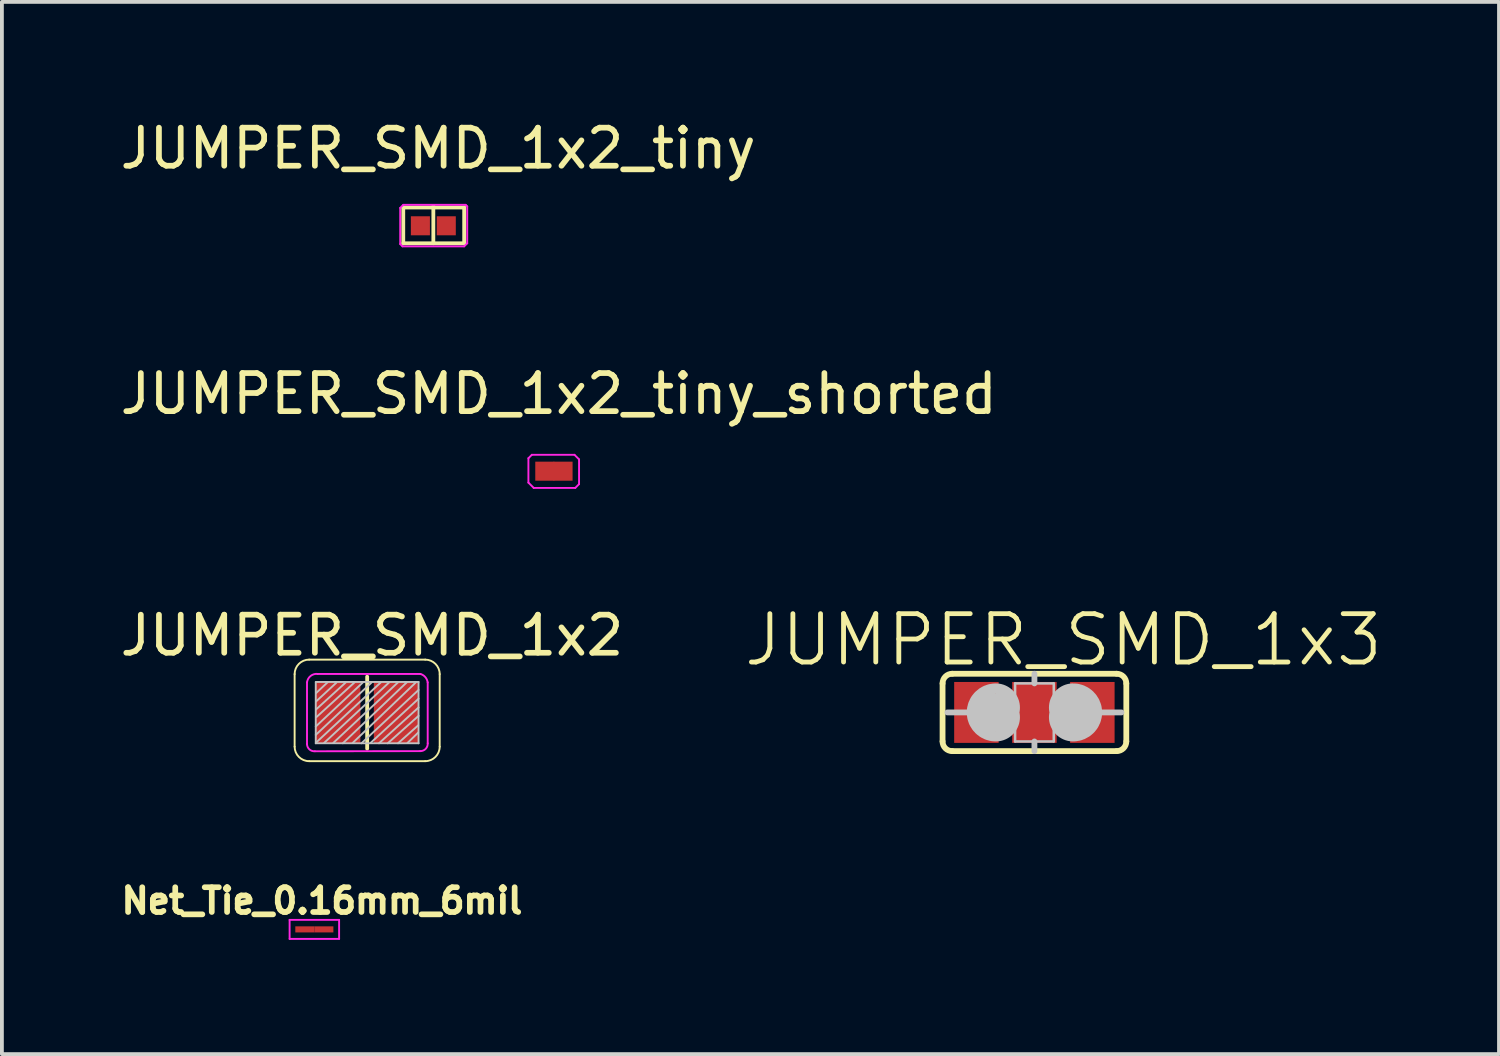
<source format=kicad_pcb>
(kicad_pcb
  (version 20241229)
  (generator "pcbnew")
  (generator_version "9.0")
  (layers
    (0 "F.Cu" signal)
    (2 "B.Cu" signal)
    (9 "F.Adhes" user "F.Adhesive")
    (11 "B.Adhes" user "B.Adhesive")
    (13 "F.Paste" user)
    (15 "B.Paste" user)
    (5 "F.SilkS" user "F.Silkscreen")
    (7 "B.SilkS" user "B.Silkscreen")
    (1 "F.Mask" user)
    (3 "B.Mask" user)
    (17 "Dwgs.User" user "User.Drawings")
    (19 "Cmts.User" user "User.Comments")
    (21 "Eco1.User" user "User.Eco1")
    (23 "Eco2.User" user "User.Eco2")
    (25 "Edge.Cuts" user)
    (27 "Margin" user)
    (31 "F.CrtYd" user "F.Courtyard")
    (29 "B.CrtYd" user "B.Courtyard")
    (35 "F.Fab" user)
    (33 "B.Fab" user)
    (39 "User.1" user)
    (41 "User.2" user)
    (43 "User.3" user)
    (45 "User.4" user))
  (footprint "JUMPER_SMD_1x2_tiny_shorted"
    (layer "F.Cu")
    (at 11.498 9.325)
    (property "Reference" "JUMPER_SMD_1x2_tiny_shorted" (at 0.127 -2.032 180) (layer "F.SilkS") (effects (font (size 1 1) (thickness 0.15))))
    (attr exclude_from_pos_files exclude_from_bom)
    (fp_line (start -0.67 -0.34) (end -0.58 -0.43) (stroke (width 0.05) (type solid)) (layer "F.CrtYd"))
    (fp_line (start -0.67 0.3) (end -0.67 -0.34) (stroke (width 0.05) (type solid)) (layer "F.CrtYd"))
    (fp_line (start -0.58 -0.43) (end 0.54 -0.43) (stroke (width 0.05) (type solid)) (layer "F.CrtYd"))
    (fp_line (start -0.53 0.44) (end -0.67 0.3) (stroke (width 0.05) (type solid)) (layer "F.CrtYd"))
    (fp_line (start 0.54 -0.43) (end 0.66 -0.31) (stroke (width 0.05) (type solid)) (layer "F.CrtYd"))
    (fp_line (start 0.56 0.44) (end -0.53 0.44) (stroke (width 0.05) (type solid)) (layer "F.CrtYd"))
    (fp_line (start 0.66 -0.31) (end 0.66 0.34) (stroke (width 0.05) (type solid)) (layer "F.CrtYd"))
    (fp_line (start 0.66 0.34) (end 0.56 0.44) (stroke (width 0.05) (type solid)) (layer "F.CrtYd"))
    (pad "1" smd rect (at -0.24 0) (size 0.5 0.5) (layers "F.Cu" "F.Mask" "F.Paste"))
    (pad "2" smd rect (at 0.24 0) (size 0.5 0.5) (layers "F.Cu" "F.Mask" "F.Paste")))
  (footprint "JUMPER_SMD_1x3"
    (layer "F.Cu")
    (at 24.118 15.661)
    (property "Reference" "JUMPER_SMD_1x3" (at 0.762 -1.905 0) (layer "F.SilkS") (effects (font (size 1.27 1.27) (thickness 0.127))))
    (attr smd)
    (fp_line (start -2.413 0.762) (end -2.413 -0.762) (stroke (width 0.152) (type solid)) (layer "F.SilkS"))
    (fp_line (start -2.159 -1.016) (end 2.159 -1.016) (stroke (width 0.152) (type solid)) (layer "F.SilkS"))
    (fp_line (start 2.159 1.016) (end -2.159 1.016) (stroke (width 0.152) (type solid)) (layer "F.SilkS"))
    (fp_line (start 2.413 0.762) (end 2.413 -0.762) (stroke (width 0.152) (type solid)) (layer "F.SilkS"))
    (fp_arc (start -2.413 -0.762) (mid -2.338605 -0.941605) (end -2.159 -1.016) (stroke (width 0.1524) (type solid)) (layer "F.SilkS"))
    (fp_arc (start -2.159 1.016) (mid -2.338605 0.941605) (end -2.413 0.762) (stroke (width 0.1524) (type solid)) (layer "F.SilkS"))
    (fp_arc (start 2.159 -1.016) (mid 2.338605 -0.941605) (end 2.413 -0.762) (stroke (width 0.1524) (type solid)) (layer "F.SilkS"))
    (fp_arc (start 2.413 0.762) (mid 2.338605 0.941605) (end 2.159 1.016) (stroke (width 0.1524) (type solid)) (layer "F.SilkS"))
    (fp_line (start -1.778 0) (end -2.286 0) (stroke (width 0.152) (type solid)) (layer "Dwgs.User"))
    (fp_line (start -0.508 -0.762) (end 0.508 -0.762) (stroke (width 0.066) (type solid)) (layer "Dwgs.User"))
    (fp_line (start -0.508 0.762) (end -0.508 -0.762) (stroke (width 0.066) (type solid)) (layer "Dwgs.User"))
    (fp_line (start -0.508 0.762) (end 0.508 0.762) (stroke (width 0.066) (type solid)) (layer "Dwgs.User"))
    (fp_line (start 0 -0.762) (end 0 -1.016) (stroke (width 0.152) (type solid)) (layer "Dwgs.User"))
    (fp_line (start 0 1.016) (end 0 0.762) (stroke (width 0.152) (type solid)) (layer "Dwgs.User"))
    (fp_line (start 0.508 0.762) (end 0.508 -0.762) (stroke (width 0.066) (type solid)) (layer "Dwgs.User"))
    (fp_line (start 1.778 0) (end 2.286 0) (stroke (width 0.152) (type solid)) (layer "Dwgs.User"))
    (fp_arc (start -1.016 0.127) (mid -1.143 0) (end -1.016 -0.127) (stroke (width 1.27) (type solid)) (layer "Dwgs.User"))
    (fp_arc (start 1.016 -0.127) (mid 1.143 0) (end 1.016 0.127) (stroke (width 1.27) (type solid)) (layer "Dwgs.User"))
    (pad "1" smd rect (at -1.524 0) (size 1.168 1.6) (layers "F.Cu" "F.Mask" "F.Paste"))
    (pad "2" smd rect (at 0 0) (size 1.168 1.6) (layers "F.Cu" "F.Mask" "F.Paste"))
    (pad "3" smd rect (at 1.521 0) (size 1.168 1.6) (layers "F.Cu" "F.Mask" "F.Paste")))
  (footprint "JUMPER_SMD_1x2_tiny"
    (layer "F.Cu")
    (at 8.331 2.88)
    (property "Reference" "JUMPER_SMD_1x2_tiny" (at 0.127 -2.032 180) (layer "F.SilkS") (effects (font (size 1 1) (thickness 0.15))))
    (attr exclude_from_pos_files exclude_from_bom)
    (fp_line (start -0.79 -0.48) (end 0.81 -0.48) (stroke (width 0.1) (type solid)) (layer "F.SilkS"))
    (fp_line (start -0.79 0.46) (end -0.79 -0.48) (stroke (width 0.1) (type solid)) (layer "F.SilkS"))
    (fp_line (start 0 0.46) (end 0 -0.52) (stroke (width 0.1) (type solid)) (layer "F.SilkS"))
    (fp_line (start 0.81 -0.48) (end 0.81 0.46) (stroke (width 0.1) (type solid)) (layer "F.SilkS"))
    (fp_line (start 0.81 0.46) (end -0.79 0.46) (stroke (width 0.1) (type solid)) (layer "F.SilkS"))
    (fp_line (start -0.87 -0.47) (end -0.79 -0.55) (stroke (width 0.05) (type solid)) (layer "F.CrtYd"))
    (fp_line (start -0.87 0.48) (end -0.87 -0.47) (stroke (width 0.05) (type solid)) (layer "F.CrtYd"))
    (fp_line (start -0.81 0.54) (end -0.87 0.48) (stroke (width 0.05) (type solid)) (layer "F.CrtYd"))
    (fp_line (start -0.79 -0.55) (end 0.85 -0.55) (stroke (width 0.05) (type solid)) (layer "F.CrtYd"))
    (fp_line (start 0.81 0.54) (end -0.81 0.54) (stroke (width 0.05) (type solid)) (layer "F.CrtYd"))
    (fp_line (start 0.85 -0.55) (end 0.89 -0.51) (stroke (width 0.05) (type solid)) (layer "F.CrtYd"))
    (fp_line (start 0.89 -0.51) (end 0.89 0.46) (stroke (width 0.05) (type solid)) (layer "F.CrtYd"))
    (fp_line (start 0.89 0.46) (end 0.81 0.54) (stroke (width 0.05) (type solid)) (layer "F.CrtYd"))
    (pad "1" smd rect (at -0.34 0) (size 0.5 0.5) (layers "F.Cu" "F.Mask" "F.Paste"))
    (pad "2" smd rect (at 0.34 0) (size 0.5 0.5) (layers "F.Cu" "F.Mask" "F.Paste")))
  (footprint "JUMPER_SMD_1x2"
    (layer "F.Cu")
    (at 6.593 15.671)
    (property "Reference" "JUMPER_SMD_1x2" (at 0.127 -2.032 0) (layer "F.SilkS") (effects (font (size 1 1) (thickness 0.15))))
    (attr exclude_from_pos_files exclude_from_bom)
    (fp_line (start -1.905 -1.016) (end -1.905 0.889) (stroke (width 0.05) (type solid)) (layer "F.SilkS"))
    (fp_line (start -1.524 1.27) (end 1.524 1.27) (stroke (width 0.05) (type solid)) (layer "F.SilkS"))
    (fp_line (start 0 0.94) (end 0 -0.949) (stroke (width 0.1) (type solid)) (layer "F.SilkS"))
    (fp_line (start 1.524 -1.397) (end -1.524 -1.397) (stroke (width 0.05) (type solid)) (layer "F.SilkS"))
    (fp_line (start 1.905 0.889) (end 1.905 -1.016) (stroke (width 0.05) (type solid)) (layer "F.SilkS"))
    (fp_arc (start -1.905 -1.016) (mid -1.793408 -1.285408) (end -1.524 -1.397) (stroke (width 0.05) (type solid)) (layer "F.SilkS"))
    (fp_arc (start -1.524 1.27) (mid -1.793408 1.158408) (end -1.905 0.889) (stroke (width 0.05) (type solid)) (layer "F.SilkS"))
    (fp_arc (start 1.524 -1.397) (mid 1.793408 -1.285408) (end 1.905 -1.016) (stroke (width 0.05) (type solid)) (layer "F.SilkS"))
    (fp_arc (start 1.905 0.889) (mid 1.793408 1.158408) (end 1.524 1.27) (stroke (width 0.05) (type solid)) (layer "F.SilkS"))
    (fp_line (start -1.35 -0.8) (end -1.35 0.8) (stroke (width 0.05) (type solid)) (layer "Dwgs.User"))
    (fp_line (start -1.35 0.58) (end 0.12 -0.8) (stroke (width 0.05) (type solid)) (layer "Dwgs.User"))
    (fp_line (start -1.35 0.8) (end 1.35 0.8) (stroke (width 0.05) (type solid)) (layer "Dwgs.User"))
    (fp_line (start -1.34 -0.3) (end -0.81 -0.79) (stroke (width 0.05) (type solid)) (layer "Dwgs.User"))
    (fp_line (start -1.34 0.78) (end 0.37 -0.81) (stroke (width 0.05) (type solid)) (layer "Dwgs.User"))
    (fp_line (start -1.03 -0.81) (end -1.34 -0.52) (stroke (width 0.05) (type solid)) (layer "Dwgs.User"))
    (fp_line (start -0.64 0.8) (end 1.05 -0.81) (stroke (width 0.05) (type solid)) (layer "Dwgs.User"))
    (fp_line (start -0.56 -0.8) (end -1.34 -0.09) (stroke (width 0.05) (type solid)) (layer "Dwgs.User"))
    (fp_line (start -0.38 0.79) (end 1.28 -0.8) (stroke (width 0.05) (type solid)) (layer "Dwgs.User"))
    (fp_line (start -0.32 -0.81) (end -1.33 0.11) (stroke (width 0.05) (type solid)) (layer "Dwgs.User"))
    (fp_line (start -0.15 0.8) (end 1.35 -0.6) (stroke (width 0.05) (type solid)) (layer "Dwgs.User"))
    (fp_line (start -0.11 -0.8) (end -1.35 0.36) (stroke (width 0.05) (type solid)) (layer "Dwgs.User"))
    (fp_line (start 0.09 0.79) (end 1.35 -0.37) (stroke (width 0.05) (type solid)) (layer "Dwgs.User"))
    (fp_line (start 0.54 0.8) (end 1.35 0.08) (stroke (width 0.05) (type solid)) (layer "Dwgs.User"))
    (fp_line (start 0.59 -0.81) (end -1.13 0.79) (stroke (width 0.05) (type solid)) (layer "Dwgs.User"))
    (fp_line (start 0.81 -0.8) (end -0.89 0.79) (stroke (width 0.05) (type solid)) (layer "Dwgs.User"))
    (fp_line (start 1.06 0.79) (end 1.34 0.52) (stroke (width 0.05) (type solid)) (layer "Dwgs.User"))
    (fp_line (start 1.34 0.33) (end 0.81 0.8) (stroke (width 0.05) (type solid)) (layer "Dwgs.User"))
    (fp_line (start 1.35 -0.81) (end -1.35 -0.81) (stroke (width 0.05) (type solid)) (layer "Dwgs.User"))
    (fp_line (start 1.35 -0.14) (end 0.31 0.8) (stroke (width 0.05) (type solid)) (layer "Dwgs.User"))
    (fp_line (start 1.35 0.8) (end 1.35 -0.81) (stroke (width 0.05) (type solid)) (layer "Dwgs.User"))
    (fp_line (start -1.58 0.82) (end -1.58 -0.8) (stroke (width 0.05) (type solid)) (layer "F.CrtYd"))
    (fp_line (start -1.3 -1.02) (end 1.4 -1.02) (stroke (width 0.05) (type solid)) (layer "F.CrtYd"))
    (fp_line (start 1.4 1.006) (end -1.37 1.01) (stroke (width 0.05) (type solid)) (layer "F.CrtYd"))
    (fp_line (start 1.59 0.8) (end 1.59 -0.8) (stroke (width 0.05) (type solid)) (layer "F.CrtYd"))
    (fp_arc (start -1.58 -0.8) (mid -1.485159 -0.967963) (end -1.299842 -1.021479) (stroke (width 0.05) (type solid)) (layer "F.CrtYd"))
    (fp_arc (start -1.373866 1.01) (mid -1.517888 0.959399) (end -1.58 0.819953) (stroke (width 0.05) (type solid)) (layer "F.CrtYd"))
    (fp_arc (start 1.4 -1.02) (mid 1.527399 -0.937516) (end 1.588463 -0.798573) (stroke (width 0.05) (type solid)) (layer "F.CrtYd"))
    (fp_arc (start 1.59 0.8) (mid 1.539399 0.944022) (end 1.399953 1.006134) (stroke (width 0.05) (type solid)) (layer "F.CrtYd"))
    (pad "1" smd rect (at -0.762 0) (size 1.168 1.6) (layers "F.Cu" "F.Mask" "F.Paste"))
    (pad "2" smd rect (at 0.759 0) (size 1.168 1.6) (layers "F.Cu" "F.Mask" "F.Paste")))
  (footprint "Net_Tie_0.16mm_6mil"
    (layer "F.Cu")
    (at 5.206 21.359)
    (property "Reference" "Net_Tie_0.16mm_6mil" (at 0.2 -0.75 0) (layer "F.SilkS") (effects (font (size 0.65 0.65) (thickness 0.15))))
    (attr exclude_from_pos_files exclude_from_bom)
    (fp_line (start -0.65 -0.25) (end 0.65 -0.25) (stroke (width 0.05) (type solid)) (layer "F.CrtYd"))
    (fp_line (start -0.65 0.25) (end -0.65 -0.25) (stroke (width 0.05) (type solid)) (layer "F.CrtYd"))
    (fp_line (start -0.65 0.25) (end 0.65 0.25) (stroke (width 0.05) (type solid)) (layer "F.CrtYd"))
    (fp_line (start 0.65 0.25) (end 0.65 -0.25) (stroke (width 0.05) (type solid)) (layer "F.CrtYd"))
    (pad "1" smd rect (at -0.25 0) (size 0.5 0.16) (layers "F.Cu" "F.Mask" "F.Paste"))
    (pad "2" smd rect (at 0.25 0) (size 0.5 0.16) (layers "F.Cu" "F.Mask" "F.Paste")))
  (gr_rect
    (start -3 -3)
    (end 36.319 24.634)
    (stroke (width 0.1) (type default))
    (fill no)
    (layer "Edge.Cuts")))
</source>
